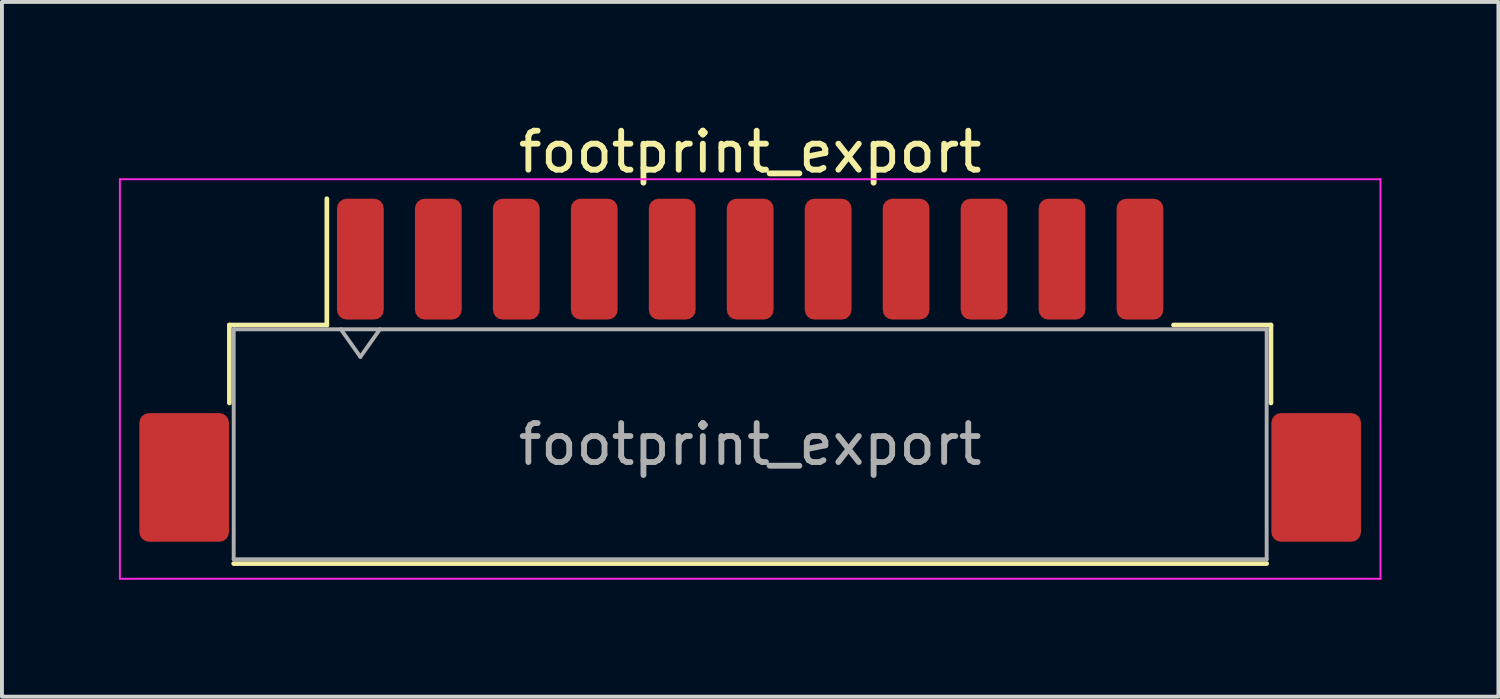
<source format=kicad_pcb>
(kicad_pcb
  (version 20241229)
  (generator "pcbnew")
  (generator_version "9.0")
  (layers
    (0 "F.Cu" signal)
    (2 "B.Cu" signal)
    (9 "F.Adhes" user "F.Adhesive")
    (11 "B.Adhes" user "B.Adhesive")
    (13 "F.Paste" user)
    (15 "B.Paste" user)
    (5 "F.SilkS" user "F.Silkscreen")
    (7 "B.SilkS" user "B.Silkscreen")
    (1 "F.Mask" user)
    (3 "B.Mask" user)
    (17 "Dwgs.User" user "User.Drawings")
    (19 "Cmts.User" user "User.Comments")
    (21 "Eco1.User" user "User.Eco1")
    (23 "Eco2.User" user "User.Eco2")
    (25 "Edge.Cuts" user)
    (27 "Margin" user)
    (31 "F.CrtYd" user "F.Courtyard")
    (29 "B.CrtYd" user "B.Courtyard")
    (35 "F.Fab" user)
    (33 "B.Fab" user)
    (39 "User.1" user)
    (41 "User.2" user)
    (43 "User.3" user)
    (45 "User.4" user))
  (footprint "footprint_export"
    (layer "F.Cu")
    (at 16.195 6.448)
    (property "Reference" "footprint_export" (at 0 -5.6 0) (layer "F.SilkS") (effects (font (size 1 1) (thickness 0.15))))
    (attr smd)
    (fp_line (start -13.36 -1.16) (end -10.86 -1.16) (stroke (width 0.12) (type solid)) (layer "F.SilkS"))
    (fp_line (start -13.36 0.84) (end -13.36 -1.16) (stroke (width 0.12) (type solid)) (layer "F.SilkS"))
    (fp_line (start -13.25 4.96) (end 13.25 4.96) (stroke (width 0.12) (type solid)) (layer "F.SilkS"))
    (fp_line (start -10.86 -1.16) (end -10.86 -4.4) (stroke (width 0.12) (type solid)) (layer "F.SilkS"))
    (fp_line (start 13.36 -1.16) (end 10.86 -1.16) (stroke (width 0.12) (type solid)) (layer "F.SilkS"))
    (fp_line (start 13.36 0.84) (end 13.36 -1.16) (stroke (width 0.12) (type solid)) (layer "F.SilkS"))
    (fp_line (start -16.17 -4.9) (end -16.17 5.35) (stroke (width 0.05) (type solid)) (layer "F.CrtYd"))
    (fp_line (start -16.17 5.35) (end 16.17 5.35) (stroke (width 0.05) (type solid)) (layer "F.CrtYd"))
    (fp_line (start 16.17 -4.9) (end -16.17 -4.9) (stroke (width 0.05) (type solid)) (layer "F.CrtYd"))
    (fp_line (start 16.17 5.35) (end 16.17 -4.9) (stroke (width 0.05) (type solid)) (layer "F.CrtYd"))
    (fp_line (start -13.25 -1.05) (end -13.25 4.85) (stroke (width 0.1) (type solid)) (layer "F.Fab"))
    (fp_line (start -13.25 -1.05) (end 13.25 -1.05) (stroke (width 0.1) (type solid)) (layer "F.Fab"))
    (fp_line (start -13.25 4.85) (end 13.25 4.85) (stroke (width 0.1) (type solid)) (layer "F.Fab"))
    (fp_line (start -10.5 -1.05) (end -10 -0.343) (stroke (width 0.1) (type solid)) (layer "F.Fab"))
    (fp_line (start -10 -0.343) (end -9.5 -1.05) (stroke (width 0.1) (type solid)) (layer "F.Fab"))
    (fp_line (start 13.25 -1.05) (end 13.25 4.85) (stroke (width 0.1) (type solid)) (layer "F.Fab"))
    (fp_text user "${REFERENCE}" (at 0 1.9 0) (layer "F.Fab") (effects (font (size 1 1) (thickness 0.15))))
    (pad "1" smd roundrect (at -10 -2.85) (size 1.2 3.1) (layers "F.Cu" "F.Mask" "F.Paste") (roundrect_rratio 0.208))
    (pad "2" smd roundrect (at -8 -2.85) (size 1.2 3.1) (layers "F.Cu" "F.Mask" "F.Paste") (roundrect_rratio 0.208))
    (pad "3" smd roundrect (at -6 -2.85) (size 1.2 3.1) (layers "F.Cu" "F.Mask" "F.Paste") (roundrect_rratio 0.208))
    (pad "4" smd roundrect (at -4 -2.85) (size 1.2 3.1) (layers "F.Cu" "F.Mask" "F.Paste") (roundrect_rratio 0.208))
    (pad "5" smd roundrect (at -2 -2.85) (size 1.2 3.1) (layers "F.Cu" "F.Mask" "F.Paste") (roundrect_rratio 0.208))
    (pad "6" smd roundrect (at 0 -2.85) (size 1.2 3.1) (layers "F.Cu" "F.Mask" "F.Paste") (roundrect_rratio 0.208))
    (pad "7" smd roundrect (at 2 -2.85) (size 1.2 3.1) (layers "F.Cu" "F.Mask" "F.Paste") (roundrect_rratio 0.208))
    (pad "8" smd roundrect (at 4 -2.85) (size 1.2 3.1) (layers "F.Cu" "F.Mask" "F.Paste") (roundrect_rratio 0.208))
    (pad "9" smd roundrect (at 6 -2.85) (size 1.2 3.1) (layers "F.Cu" "F.Mask" "F.Paste") (roundrect_rratio 0.208))
    (pad "10" smd roundrect (at 8 -2.85) (size 1.2 3.1) (layers "F.Cu" "F.Mask" "F.Paste") (roundrect_rratio 0.208))
    (pad "11" smd roundrect (at 10 -2.85) (size 1.2 3.1) (layers "F.Cu" "F.Mask" "F.Paste") (roundrect_rratio 0.208))
    (pad "MP" smd roundrect (at -14.52 2.75) (size 2.3 3.3) (layers "F.Cu" "F.Mask" "F.Paste") (roundrect_rratio 0.109))
    (pad "MP" smd roundrect (at 14.52 2.75) (size 2.3 3.3) (layers "F.Cu" "F.Mask" "F.Paste") (roundrect_rratio 0.109)))
  (gr_rect
    (start -3 -3)
    (end 35.39 14.823)
    (stroke (width 0.1) (type default))
    (fill no)
    (layer "Edge.Cuts")))
</source>
